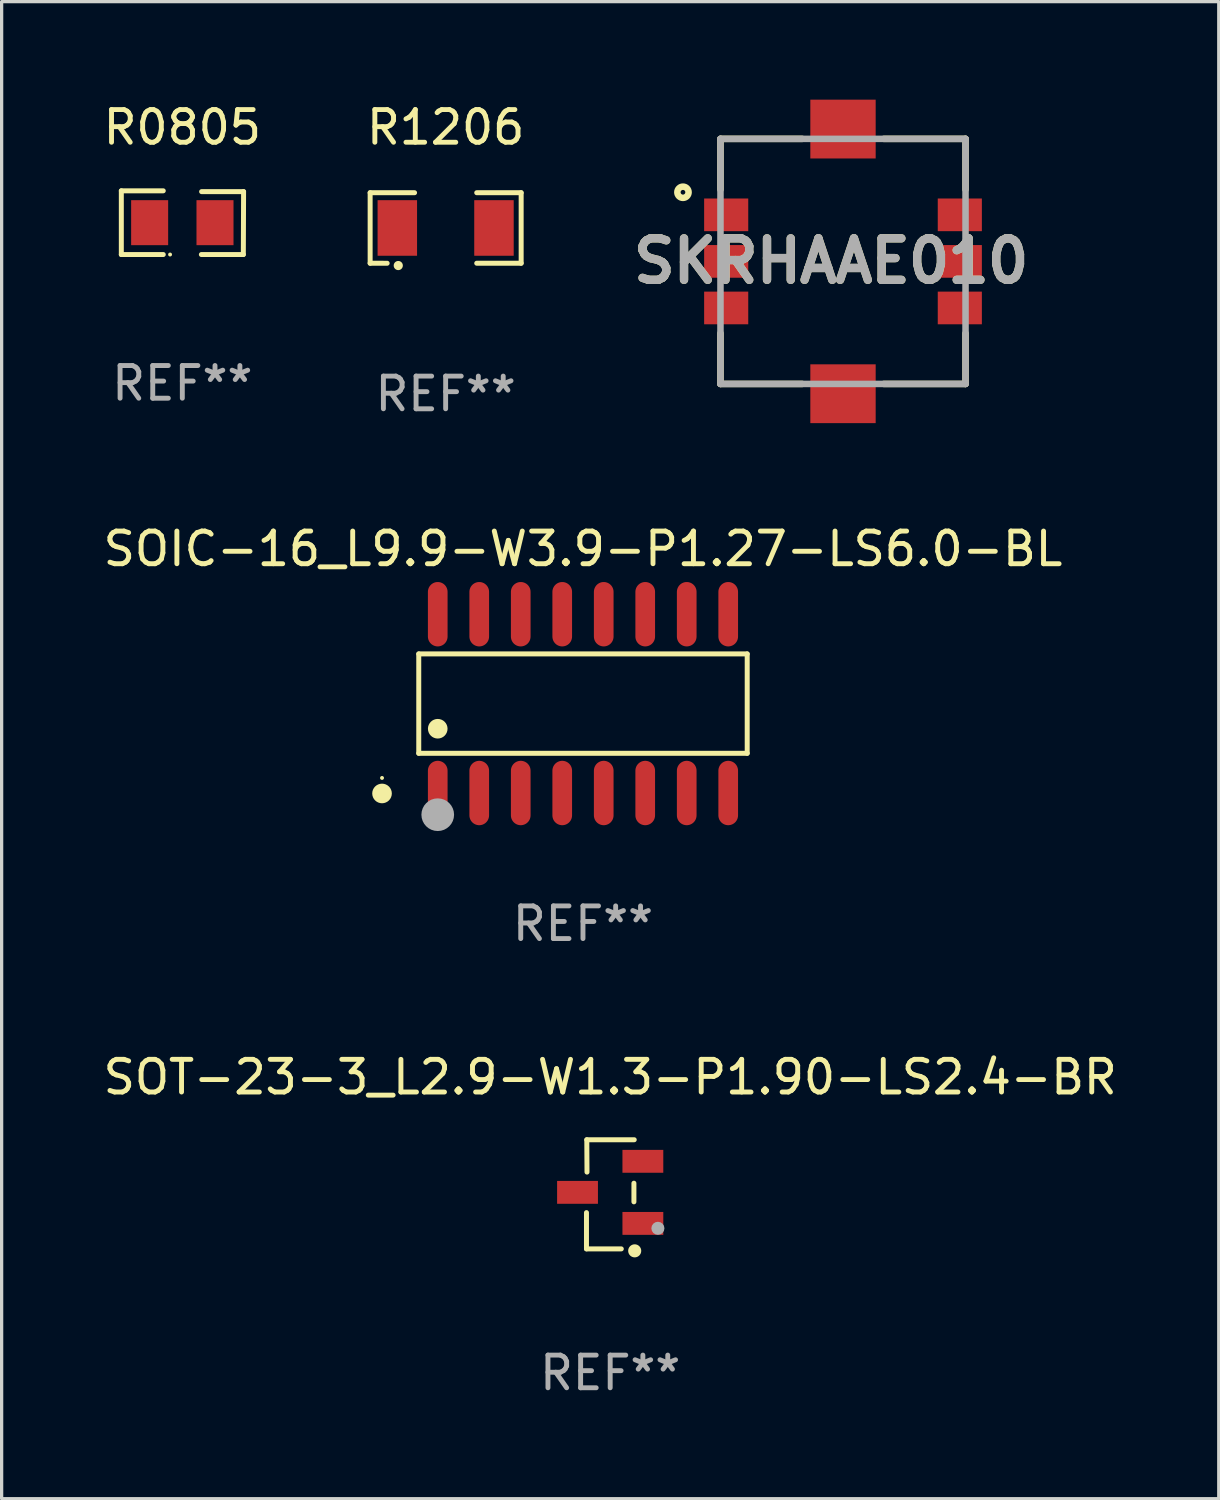
<source format=kicad_pcb>
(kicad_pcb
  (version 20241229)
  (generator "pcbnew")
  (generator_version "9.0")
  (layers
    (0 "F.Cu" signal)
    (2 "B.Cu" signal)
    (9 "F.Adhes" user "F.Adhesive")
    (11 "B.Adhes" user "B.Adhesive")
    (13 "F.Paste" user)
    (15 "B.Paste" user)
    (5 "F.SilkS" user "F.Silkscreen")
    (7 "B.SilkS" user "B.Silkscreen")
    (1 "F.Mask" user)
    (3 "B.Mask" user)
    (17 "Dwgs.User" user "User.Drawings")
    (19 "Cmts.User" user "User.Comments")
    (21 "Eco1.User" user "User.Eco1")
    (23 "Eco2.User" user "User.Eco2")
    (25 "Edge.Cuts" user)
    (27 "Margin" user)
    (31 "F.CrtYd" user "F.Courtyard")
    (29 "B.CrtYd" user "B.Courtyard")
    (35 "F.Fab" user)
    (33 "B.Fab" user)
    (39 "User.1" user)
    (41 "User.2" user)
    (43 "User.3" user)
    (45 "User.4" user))
  (footprint "SOIC-16_L9.9-W3.9-P1.27-LS6.0-BL"
    (layer "F.Cu")
    (at 14.792 18.484)
    (property "Reference" "SOIC-16_L9.9-W3.9-P1.27-LS6.0-BL" (at 0 -4.736 0) (layer "F.SilkS") (effects (font (size 1 1) (thickness 0.15))))
    (attr smd)
    (fp_line (start -5.026 -1.521) (end 5.026 -1.521) (stroke (width 0.152) (type solid)) (layer "F.SilkS"))
    (fp_line (start -5.026 1.521) (end -5.026 -1.521) (stroke (width 0.152) (type solid)) (layer "F.SilkS"))
    (fp_line (start 5.026 -1.521) (end 5.026 1.521) (stroke (width 0.152) (type solid)) (layer "F.SilkS"))
    (fp_line (start 5.026 1.521) (end -5.026 1.521) (stroke (width 0.152) (type solid)) (layer "F.SilkS"))
    (fp_circle (center -6.15 2.275) (end -6.12 2.275) (stroke (width 0.06) (type solid)) (fill no) (layer "F.SilkS"))
    (fp_circle (center -6.15 2.75) (end -6 2.75) (stroke (width 0.3) (type solid)) (fill no) (layer "F.SilkS"))
    (fp_circle (center -4.445 0.769) (end -4.295 0.769) (stroke (width 0.3) (type solid)) (fill no) (layer "F.SilkS"))
    (fp_circle (center -4.445 3.4) (end -4.195 3.4) (stroke (width 0.5) (type solid)) (fill no) (layer "F.Fab"))
    (fp_text user "REF**" (at 0 6.736 0) (layer "F.Fab") (effects (font (size 1 1) (thickness 0.15))))
    (pad "1" smd oval (at -4.445 2.736) (size 0.602 1.971) (layers "F.Cu" "F.Mask" "F.Paste"))
    (pad "2" smd oval (at -3.175 2.736) (size 0.602 1.971) (layers "F.Cu" "F.Mask" "F.Paste"))
    (pad "3" smd oval (at -1.905 2.736) (size 0.602 1.971) (layers "F.Cu" "F.Mask" "F.Paste"))
    (pad "4" smd oval (at -0.635 2.736) (size 0.602 1.971) (layers "F.Cu" "F.Mask" "F.Paste"))
    (pad "5" smd oval (at 0.635 2.736) (size 0.602 1.971) (layers "F.Cu" "F.Mask" "F.Paste"))
    (pad "6" smd oval (at 1.905 2.736) (size 0.602 1.971) (layers "F.Cu" "F.Mask" "F.Paste"))
    (pad "7" smd oval (at 3.175 2.736) (size 0.602 1.971) (layers "F.Cu" "F.Mask" "F.Paste"))
    (pad "8" smd oval (at 4.445 2.736) (size 0.602 1.971) (layers "F.Cu" "F.Mask" "F.Paste"))
    (pad "9" smd oval (at 4.445 -2.736) (size 0.602 1.971) (layers "F.Cu" "F.Mask" "F.Paste"))
    (pad "10" smd oval (at 3.175 -2.736) (size 0.602 1.971) (layers "F.Cu" "F.Mask" "F.Paste"))
    (pad "11" smd oval (at 1.905 -2.736) (size 0.602 1.971) (layers "F.Cu" "F.Mask" "F.Paste"))
    (pad "12" smd oval (at 0.635 -2.736) (size 0.602 1.971) (layers "F.Cu" "F.Mask" "F.Paste"))
    (pad "13" smd oval (at -0.635 -2.736) (size 0.602 1.971) (layers "F.Cu" "F.Mask" "F.Paste"))
    (pad "14" smd oval (at -1.905 -2.736) (size 0.602 1.971) (layers "F.Cu" "F.Mask" "F.Paste"))
    (pad "15" smd oval (at -3.175 -2.736) (size 0.602 1.971) (layers "F.Cu" "F.Mask" "F.Paste"))
    (pad "16" smd oval (at -4.445 -2.736) (size 0.602 1.971) (layers "F.Cu" "F.Mask" "F.Paste")))
  (footprint "R0805"
    (layer "F.Cu")
    (at 2.53 3.765)
    (property "Reference" "R0805" (at 0 -2.917 0) (layer "F.SilkS") (effects (font (size 1 1) (thickness 0.15))))
    (attr through_hole)
    (fp_line (start -1.867 -0.975) (end -0.583 -0.975) (stroke (width 0.152) (type solid)) (layer "F.SilkS"))
    (fp_line (start -1.867 0.975) (end -1.867 -0.975) (stroke (width 0.152) (type solid)) (layer "F.SilkS"))
    (fp_line (start -0.583 0.975) (end -1.867 0.975) (stroke (width 0.152) (type solid)) (layer "F.SilkS"))
    (fp_line (start 0.583 0.975) (end 1.867 0.975) (stroke (width 0.152) (type solid)) (layer "F.SilkS"))
    (fp_line (start 1.867 0.975) (end 1.875 -0.95) (stroke (width 0.152) (type solid)) (layer "F.SilkS"))
    (fp_line (start 1.875 -0.95) (end 0.59 -0.95) (stroke (width 0.152) (type solid)) (layer "F.SilkS"))
    (fp_circle (center -0.375 0.975) (end -0.345 0.975) (stroke (width 0.06) (type solid)) (fill no) (layer "F.SilkS"))
    (fp_text user "REF**" (at 0 4.917 0) (layer "F.Fab") (effects (font (size 1 1) (thickness 0.15))))
    (pad "1" smd rect (at -1 0) (size 1.133 1.377) (layers "F.Cu" "F.Mask" "F.Paste"))
    (pad "2" smd rect (at 1 0) (size 1.133 1.377) (layers "F.Cu" "F.Mask" "F.Paste")))
  (footprint "SOT-23-3_L2.9-W1.3-P1.90-LS2.4-BR"
    (layer "F.Cu")
    (at 15.625 33.442)
    (property "Reference" "SOT-23-3_L2.9-W1.3-P1.90-LS2.4-BR" (at 0 -3.526 0) (layer "F.SilkS") (effects (font (size 1 1) (thickness 0.15))))
    (attr smd)
    (fp_line (start -0.726 1.73) (end -0.726 0.62) (stroke (width 0.152) (type solid)) (layer "F.SilkS"))
    (fp_line (start -0.716 -1.61) (end -0.71 -0.62) (stroke (width 0.152) (type solid)) (layer "F.SilkS"))
    (fp_line (start 0.34 1.73) (end -0.726 1.73) (stroke (width 0.152) (type solid)) (layer "F.SilkS"))
    (fp_line (start 0.726 -0.28) (end 0.726 0.29) (stroke (width 0.152) (type solid)) (layer "F.SilkS"))
    (fp_line (start 0.736 -1.61) (end -0.716 -1.61) (stroke (width 0.152) (type solid)) (layer "F.SilkS"))
    (fp_circle (center 0.75 1.79) (end 0.92 1.79) (stroke (width 0.06) (type solid)) (fill yes) (layer "F.SilkS"))
    (fp_circle (center 1.46 1.1) (end 1.56 1.1) (stroke (width 0.2) (type solid)) (fill no) (layer "F.Fab"))
    (fp_text user "REF**" (at 0 5.526 0) (layer "F.Fab") (effects (font (size 1 1) (thickness 0.15))))
    (pad "1" smd rect (at 1 0.95) (size 1.25 0.7) (layers "F.Cu" "F.Mask" "F.Paste"))
    (pad "2" smd rect (at 1 -0.95) (size 1.25 0.7) (layers "F.Cu" "F.Mask" "F.Paste"))
    (pad "3" smd rect (at -1 0) (size 1.25 0.7) (layers "F.Cu" "F.Mask" "F.Paste")))
  (footprint "R1206"
    (layer "F.Cu")
    (at 10.589 3.927)
    (property "Reference" "R1206" (at 0 -3.079 0) (layer "F.SilkS") (effects (font (size 1 1) (thickness 0.15))))
    (attr smd)
    (fp_line (start -2.311 -1.079) (end -0.951 -1.079) (stroke (width 0.152) (type solid)) (layer "F.SilkS"))
    (fp_line (start -2.311 1.079) (end -2.311 -1.079) (stroke (width 0.152) (type solid)) (layer "F.SilkS"))
    (fp_line (start -1.79 1.08) (end -2.311 1.079) (stroke (width 0.152) (type solid)) (layer "F.SilkS"))
    (fp_line (start 0.951 1.079) (end 2.311 1.079) (stroke (width 0.152) (type solid)) (layer "F.SilkS"))
    (fp_line (start 2.311 -1.079) (end 0.951 -1.079) (stroke (width 0.152) (type solid)) (layer "F.SilkS"))
    (fp_line (start 2.311 1.079) (end 2.311 -1.079) (stroke (width 0.152) (type solid)) (layer "F.SilkS"))
    (fp_circle (center -1.45 1.15) (end -1.34 1.15) (stroke (width 0.06) (type solid)) (fill yes) (layer "F.SilkS"))
    (fp_text user "REF**" (at 0 5.079 0) (layer "F.Fab") (effects (font (size 1 1) (thickness 0.15))))
    (pad "1" smd rect (at -1.479 0) (size 1.208 1.701) (layers "F.Cu" "F.Mask" "F.Paste"))
    (pad "2" smd rect (at 1.479 0) (size 1.208 1.701) (layers "F.Cu" "F.Mask" "F.Paste")))
  (footprint "SKRHAAE010"
    (layer "F.Cu")
    (at 22.75 4.95)
    (property "Reference" "SKRHAAE010" (at -0.36 -0.01 0) (layer "F.SilkS") (effects (font (size 1.27 1.27) (thickness 0.254))))
    (attr smd)
    (fp_line (start -3.75 -3.75) (end -3.75 -2.2) (stroke (width 0.2) (type solid)) (layer "F.SilkS"))
    (fp_line (start -3.75 -3.75) (end -1.25 -3.75) (stroke (width 0.2) (type solid)) (layer "F.SilkS"))
    (fp_line (start -3.75 3.75) (end -3.75 2.2) (stroke (width 0.2) (type solid)) (layer "F.SilkS"))
    (fp_line (start -3.75 3.75) (end -1.25 3.75) (stroke (width 0.2) (type solid)) (layer "F.SilkS"))
    (fp_line (start 3.75 -3.75) (end 1.25 -3.75) (stroke (width 0.2) (type solid)) (layer "F.SilkS"))
    (fp_line (start 3.75 -3.75) (end 3.75 -2.2) (stroke (width 0.2) (type solid)) (layer "F.SilkS"))
    (fp_line (start 3.75 3.75) (end 1.25 3.75) (stroke (width 0.2) (type solid)) (layer "F.SilkS"))
    (fp_line (start 3.75 3.75) (end 3.75 2.2) (stroke (width 0.2) (type solid)) (layer "F.SilkS"))
    (fp_circle (center -4.898 -2.116) (end -4.898 -2.044) (stroke (width 0.2) (type solid)) (fill no) (layer "F.SilkS"))
    (fp_line (start -3.75 -3.75) (end 3.75 -3.75) (stroke (width 0.2) (type solid)) (layer "F.Fab"))
    (fp_line (start -3.75 3.75) (end -3.75 -3.75) (stroke (width 0.2) (type solid)) (layer "F.Fab"))
    (fp_line (start 3.75 -3.75) (end 3.75 3.75) (stroke (width 0.2) (type solid)) (layer "F.Fab"))
    (fp_line (start 3.75 3.75) (end -3.75 3.75) (stroke (width 0.2) (type solid)) (layer "F.Fab"))
    (fp_text user "${REFERENCE}" (at -0.36 -0.01 0) (layer "F.Fab") (effects (font (size 1.27 1.27) (thickness 0.254))))
    (pad "1" smd rect (at -3.575 -1.425 90) (size 1 1.35) (layers "F.Cu" "F.Mask" "F.Paste"))
    (pad "2" smd rect (at -3.575 0 90) (size 1 1.35) (layers "F.Cu" "F.Mask" "F.Paste"))
    (pad "3" smd rect (at -3.575 1.425 90) (size 1 1.35) (layers "F.Cu" "F.Mask" "F.Paste"))
    (pad "4" smd rect (at 3.575 -1.425 90) (size 1 1.35) (layers "F.Cu" "F.Mask" "F.Paste"))
    (pad "5" smd rect (at 3.575 0 90) (size 1 1.35) (layers "F.Cu" "F.Mask" "F.Paste"))
    (pad "6" smd rect (at 3.575 1.425 90) (size 1 1.35) (layers "F.Cu" "F.Mask" "F.Paste"))
    (pad "7" smd rect (at 0 4.05 90) (size 1.8 2) (layers "F.Cu" "F.Mask" "F.Paste"))
    (pad "8" smd rect (at 0 -4.05 90) (size 1.8 2) (layers "F.Cu" "F.Mask" "F.Paste")))
  (gr_rect
    (start -3 -3)
    (end 34.25 42.817)
    (stroke (width 0.1) (type default))
    (fill no)
    (layer "Edge.Cuts")))
</source>
